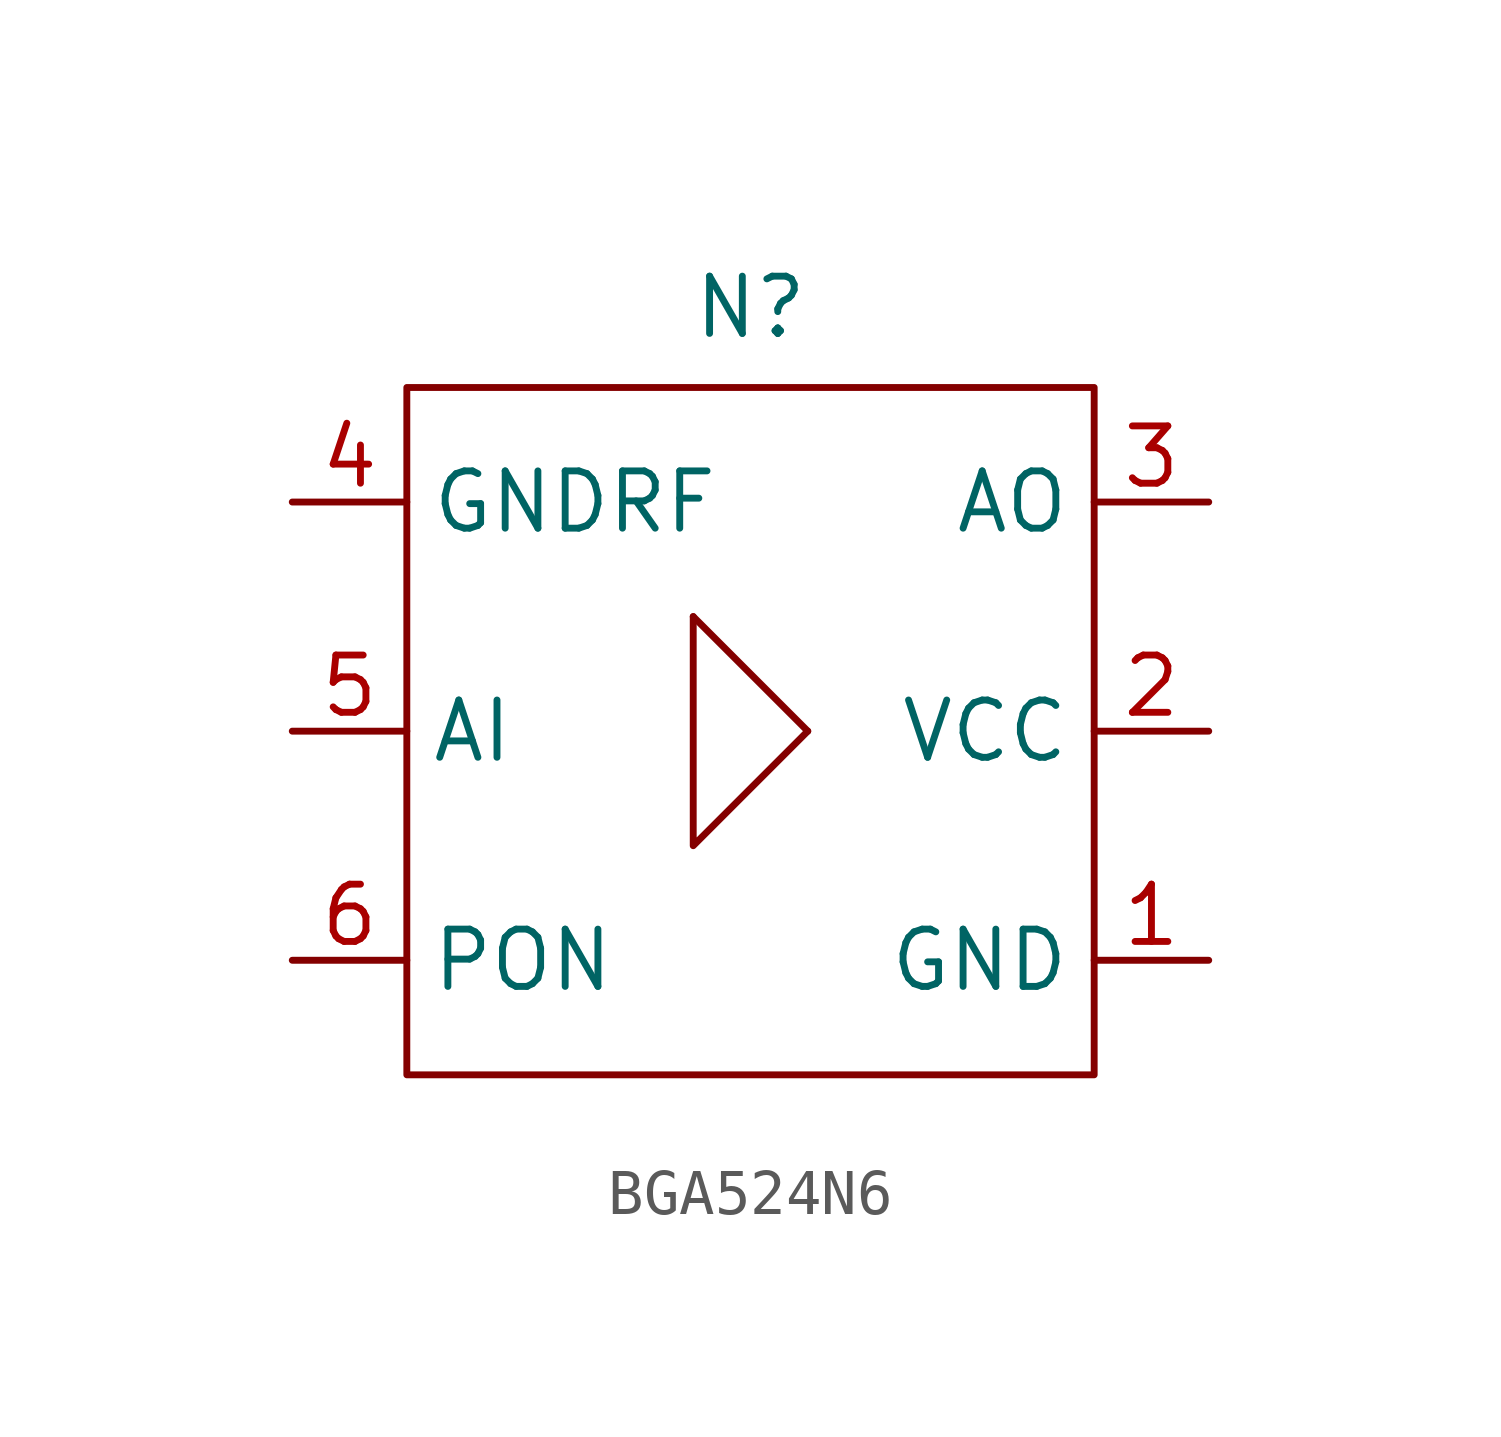
<source format=kicad_sym>
(kicad_symbol_lib
  (version 20231120)
  (generator "kicad_symbol_editor")
  (generator_version "8.0")
  (symbol "BGA524N6"
    (property "Reference" "N"
      (at 0 9.398 0)
      (effects (font (size 1.27 1.27))))
    (property "Value" ""
      (at 1.27 0 0)
      (effects (font (size 1.27 1.27))))
    (symbol "BGA524N6_0_1"
      (rectangle (start -7.62 7.62) (end 7.62 -7.62) (stroke (width 0) (type default)) (fill (type none)))
      (polyline (pts (xy -1.27 2.54) (xy 1.27 0)) (stroke (width 0) (type default)) (fill (type none)))
      (polyline (pts (xy -1.27 2.54) (xy -1.27 -2.54) (xy 1.27 0)) (stroke (width 0) (type default)) (fill (type none))))
    (symbol "BGA524N6_1_1"
      (pin power_in line (at 10.16 -5.08 180) (length 2.54) (name "GND" (effects (font (size 1.27 1.27)))) (number "1" (effects (font (size 1.27 1.27)))))
      (pin power_in line (at 10.16 0 180) (length 2.54) (name "VCC" (effects (font (size 1.27 1.27)))) (number "2" (effects (font (size 1.27 1.27)))))
      (pin output line (at 10.16 5.08 180) (length 2.54) (name "AO" (effects (font (size 1.27 1.27)))) (number "3" (effects (font (size 1.27 1.27)))))
      (pin power_in line (at -10.16 5.08 0) (length 2.54) (name "GNDRF" (effects (font (size 1.27 1.27)))) (number "4" (effects (font (size 1.27 1.27)))))
      (pin input line (at -10.16 0 0) (length 2.54) (name "AI" (effects (font (size 1.27 1.27)))) (number "5" (effects (font (size 1.27 1.27)))))
      (pin input line (at -10.16 -5.08 0) (length 2.54) (name "PON" (effects (font (size 1.27 1.27)))) (number "6" (effects (font (size 1.27 1.27))))))))
</source>
